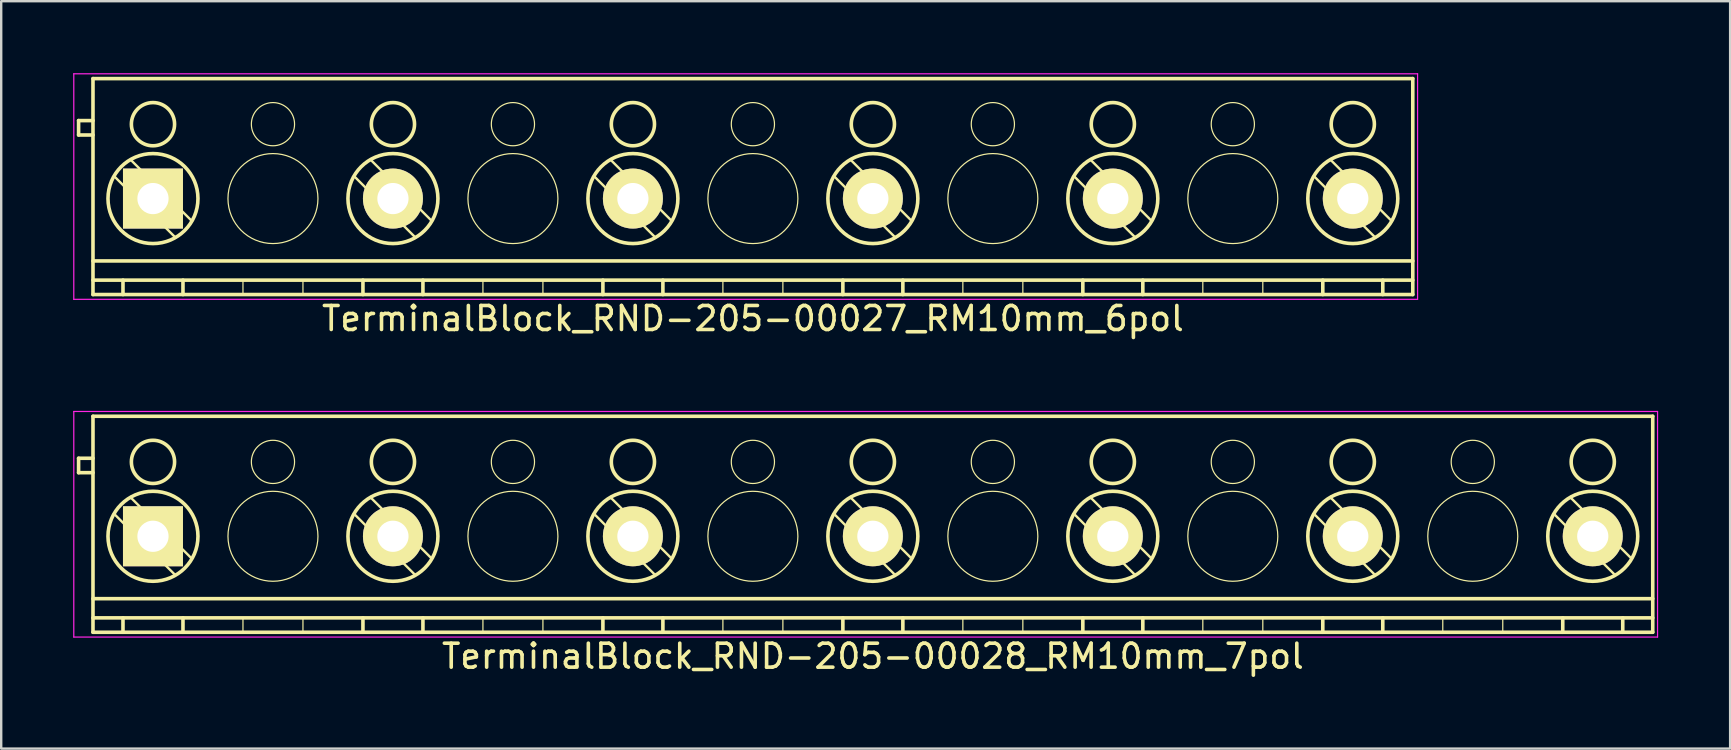
<source format=kicad_pcb>
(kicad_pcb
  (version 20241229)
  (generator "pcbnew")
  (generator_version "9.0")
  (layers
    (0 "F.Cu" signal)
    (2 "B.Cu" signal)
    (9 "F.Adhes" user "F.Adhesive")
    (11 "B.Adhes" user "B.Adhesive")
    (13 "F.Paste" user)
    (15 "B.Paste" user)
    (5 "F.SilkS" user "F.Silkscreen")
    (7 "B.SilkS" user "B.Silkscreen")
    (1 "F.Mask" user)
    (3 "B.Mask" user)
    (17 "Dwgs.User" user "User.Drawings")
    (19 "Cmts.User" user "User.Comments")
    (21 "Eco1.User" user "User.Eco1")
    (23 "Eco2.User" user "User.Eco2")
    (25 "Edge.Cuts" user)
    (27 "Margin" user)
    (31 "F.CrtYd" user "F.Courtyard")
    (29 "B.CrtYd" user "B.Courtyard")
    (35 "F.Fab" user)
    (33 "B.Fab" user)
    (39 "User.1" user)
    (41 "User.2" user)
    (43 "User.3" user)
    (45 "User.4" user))
  (footprint "TerminalBlock_RND-205-00028_RM10mm_7pol"
    (layer "F.Cu")
    (at 3.325 19.298)
    (property "Reference" "TerminalBlock_RND-205-00028_RM10mm_7pol" (at 30 5 0) (layer "F.SilkS") (effects (font (size 1 1) (thickness 0.15))))
    (attr through_hole)
    (fp_line (start -3.1 -3.25) (end -3.1 -2.65) (stroke (width 0.15) (type solid)) (layer "F.SilkS"))
    (fp_line (start -3.1 -2.65) (end -2.5 -2.65) (stroke (width 0.15) (type solid)) (layer "F.SilkS"))
    (fp_line (start -2.5 -5) (end 62.5 -5) (stroke (width 0.15) (type solid)) (layer "F.SilkS"))
    (fp_line (start -2.5 -3.25) (end -3.1 -3.25) (stroke (width 0.15) (type solid)) (layer "F.SilkS"))
    (fp_line (start -2.5 2.6) (end 62.5 2.6) (stroke (width 0.15) (type solid)) (layer "F.SilkS"))
    (fp_line (start -2.5 3.4) (end 62.5 3.4) (stroke (width 0.15) (type solid)) (layer "F.SilkS"))
    (fp_line (start -2.5 4) (end -2.5 -5) (stroke (width 0.15) (type solid)) (layer "F.SilkS"))
    (fp_line (start -1.25 3.4) (end -1.25 4) (stroke (width 0.15) (type solid)) (layer "F.SilkS"))
    (fp_line (start 0.937 1.624) (end -1.624 -0.938) (stroke (width 0.1) (type solid)) (layer "F.SilkS"))
    (fp_line (start 1.25 3.4) (end 1.25 4) (stroke (width 0.15) (type solid)) (layer "F.SilkS"))
    (fp_line (start 1.624 0.938) (end -0.937 -1.624) (stroke (width 0.1) (type solid)) (layer "F.SilkS"))
    (fp_line (start 3.75 3.4) (end 3.75 4) (stroke (width 0.05) (type solid)) (layer "F.SilkS"))
    (fp_line (start 6.25 3.4) (end 6.25 4) (stroke (width 0.05) (type solid)) (layer "F.SilkS"))
    (fp_line (start 8.75 3.4) (end 8.75 4) (stroke (width 0.15) (type solid)) (layer "F.SilkS"))
    (fp_line (start 10.938 1.624) (end 8.376 -0.938) (stroke (width 0.1) (type solid)) (layer "F.SilkS"))
    (fp_line (start 11.25 3.4) (end 11.25 4) (stroke (width 0.15) (type solid)) (layer "F.SilkS"))
    (fp_line (start 11.624 0.938) (end 9.063 -1.624) (stroke (width 0.1) (type solid)) (layer "F.SilkS"))
    (fp_line (start 13.75 3.4) (end 13.75 4) (stroke (width 0.05) (type solid)) (layer "F.SilkS"))
    (fp_line (start 16.25 3.4) (end 16.25 4) (stroke (width 0.05) (type solid)) (layer "F.SilkS"))
    (fp_line (start 18.75 3.4) (end 18.75 4) (stroke (width 0.15) (type solid)) (layer "F.SilkS"))
    (fp_line (start 20.938 1.624) (end 18.376 -0.938) (stroke (width 0.1) (type solid)) (layer "F.SilkS"))
    (fp_line (start 21.25 3.4) (end 21.25 4) (stroke (width 0.15) (type solid)) (layer "F.SilkS"))
    (fp_line (start 21.624 0.938) (end 19.063 -1.624) (stroke (width 0.1) (type solid)) (layer "F.SilkS"))
    (fp_line (start 23.75 3.4) (end 23.75 4) (stroke (width 0.05) (type solid)) (layer "F.SilkS"))
    (fp_line (start 26.25 3.4) (end 26.25 4) (stroke (width 0.05) (type solid)) (layer "F.SilkS"))
    (fp_line (start 28.75 3.4) (end 28.75 4) (stroke (width 0.15) (type solid)) (layer "F.SilkS"))
    (fp_line (start 30.938 1.624) (end 28.376 -0.938) (stroke (width 0.1) (type solid)) (layer "F.SilkS"))
    (fp_line (start 31.25 3.4) (end 31.25 4) (stroke (width 0.15) (type solid)) (layer "F.SilkS"))
    (fp_line (start 31.624 0.938) (end 29.063 -1.624) (stroke (width 0.1) (type solid)) (layer "F.SilkS"))
    (fp_line (start 33.75 3.4) (end 33.75 4) (stroke (width 0.05) (type solid)) (layer "F.SilkS"))
    (fp_line (start 36.25 3.4) (end 36.25 4) (stroke (width 0.05) (type solid)) (layer "F.SilkS"))
    (fp_line (start 38.75 3.4) (end 38.75 4) (stroke (width 0.15) (type solid)) (layer "F.SilkS"))
    (fp_line (start 40.938 1.624) (end 38.376 -0.938) (stroke (width 0.1) (type solid)) (layer "F.SilkS"))
    (fp_line (start 41.25 3.4) (end 41.25 4) (stroke (width 0.15) (type solid)) (layer "F.SilkS"))
    (fp_line (start 41.624 0.938) (end 39.063 -1.624) (stroke (width 0.1) (type solid)) (layer "F.SilkS"))
    (fp_line (start 43.75 3.4) (end 43.75 4) (stroke (width 0.05) (type solid)) (layer "F.SilkS"))
    (fp_line (start 46.25 3.4) (end 46.25 4) (stroke (width 0.05) (type solid)) (layer "F.SilkS"))
    (fp_line (start 48.75 3.4) (end 48.75 4) (stroke (width 0.15) (type solid)) (layer "F.SilkS"))
    (fp_line (start 50.938 1.624) (end 48.376 -0.938) (stroke (width 0.1) (type solid)) (layer "F.SilkS"))
    (fp_line (start 51.25 3.4) (end 51.25 4) (stroke (width 0.15) (type solid)) (layer "F.SilkS"))
    (fp_line (start 51.624 0.938) (end 49.063 -1.624) (stroke (width 0.1) (type solid)) (layer "F.SilkS"))
    (fp_line (start 53.75 3.4) (end 53.75 4) (stroke (width 0.05) (type solid)) (layer "F.SilkS"))
    (fp_line (start 56.25 3.4) (end 56.25 4) (stroke (width 0.05) (type solid)) (layer "F.SilkS"))
    (fp_line (start 58.75 3.4) (end 58.75 4) (stroke (width 0.15) (type solid)) (layer "F.SilkS"))
    (fp_line (start 60.938 1.624) (end 58.376 -0.938) (stroke (width 0.1) (type solid)) (layer "F.SilkS"))
    (fp_line (start 61.25 3.4) (end 61.25 4) (stroke (width 0.15) (type solid)) (layer "F.SilkS"))
    (fp_line (start 61.624 0.938) (end 59.063 -1.624) (stroke (width 0.1) (type solid)) (layer "F.SilkS"))
    (fp_line (start 62.5 -5) (end 62.5 4) (stroke (width 0.15) (type solid)) (layer "F.SilkS"))
    (fp_line (start 62.5 4) (end -2.5 4) (stroke (width 0.15) (type solid)) (layer "F.SilkS"))
    (fp_circle (center 0 -3.1) (end -0.9 -3.1) (stroke (width 0.15) (type solid)) (fill no) (layer "F.SilkS"))
    (fp_circle (center 0 0) (end -1.875 0) (stroke (width 0.15) (type solid)) (fill no) (layer "F.SilkS"))
    (fp_circle (center 5 -3.1) (end 4.1 -3.1) (stroke (width 0.05) (type solid)) (fill no) (layer "F.SilkS"))
    (fp_circle (center 5 0) (end 3.125 0) (stroke (width 0.05) (type solid)) (fill no) (layer "F.SilkS"))
    (fp_circle (center 10 -3.1) (end 9.1 -3.1) (stroke (width 0.15) (type solid)) (fill no) (layer "F.SilkS"))
    (fp_circle (center 10 0) (end 8.125 0) (stroke (width 0.15) (type solid)) (fill no) (layer "F.SilkS"))
    (fp_circle (center 15 -3.1) (end 14.1 -3.1) (stroke (width 0.05) (type solid)) (fill no) (layer "F.SilkS"))
    (fp_circle (center 15 0) (end 13.125 0) (stroke (width 0.05) (type solid)) (fill no) (layer "F.SilkS"))
    (fp_circle (center 20 -3.1) (end 19.1 -3.1) (stroke (width 0.15) (type solid)) (fill no) (layer "F.SilkS"))
    (fp_circle (center 20 0) (end 18.125 0) (stroke (width 0.15) (type solid)) (fill no) (layer "F.SilkS"))
    (fp_circle (center 25 -3.1) (end 24.1 -3.1) (stroke (width 0.05) (type solid)) (fill no) (layer "F.SilkS"))
    (fp_circle (center 25 0) (end 23.125 0) (stroke (width 0.05) (type solid)) (fill no) (layer "F.SilkS"))
    (fp_circle (center 30 -3.1) (end 29.1 -3.1) (stroke (width 0.15) (type solid)) (fill no) (layer "F.SilkS"))
    (fp_circle (center 30 0) (end 28.125 0) (stroke (width 0.15) (type solid)) (fill no) (layer "F.SilkS"))
    (fp_circle (center 35 -3.1) (end 34.1 -3.1) (stroke (width 0.05) (type solid)) (fill no) (layer "F.SilkS"))
    (fp_circle (center 35 0) (end 33.125 0) (stroke (width 0.05) (type solid)) (fill no) (layer "F.SilkS"))
    (fp_circle (center 40 -3.1) (end 39.1 -3.1) (stroke (width 0.15) (type solid)) (fill no) (layer "F.SilkS"))
    (fp_circle (center 40 0) (end 38.125 0) (stroke (width 0.15) (type solid)) (fill no) (layer "F.SilkS"))
    (fp_circle (center 45 -3.1) (end 44.1 -3.1) (stroke (width 0.05) (type solid)) (fill no) (layer "F.SilkS"))
    (fp_circle (center 45 0) (end 43.125 0) (stroke (width 0.05) (type solid)) (fill no) (layer "F.SilkS"))
    (fp_circle (center 50 -3.1) (end 49.1 -3.1) (stroke (width 0.15) (type solid)) (fill no) (layer "F.SilkS"))
    (fp_circle (center 50 0) (end 48.125 0) (stroke (width 0.15) (type solid)) (fill no) (layer "F.SilkS"))
    (fp_circle (center 55 -3.1) (end 54.1 -3.1) (stroke (width 0.05) (type solid)) (fill no) (layer "F.SilkS"))
    (fp_circle (center 55 0) (end 53.125 0) (stroke (width 0.05) (type solid)) (fill no) (layer "F.SilkS"))
    (fp_circle (center 60 -3.1) (end 59.1 -3.1) (stroke (width 0.15) (type solid)) (fill no) (layer "F.SilkS"))
    (fp_circle (center 60 0) (end 58.125 0) (stroke (width 0.15) (type solid)) (fill no) (layer "F.SilkS"))
    (fp_line (start -3.3 -5.2) (end 62.7 -5.2) (stroke (width 0.05) (type solid)) (layer "F.CrtYd"))
    (fp_line (start -3.3 4.2) (end -3.3 -5.2) (stroke (width 0.05) (type solid)) (layer "F.CrtYd"))
    (fp_line (start 62.7 -5.2) (end 62.7 4.2) (stroke (width 0.05) (type solid)) (layer "F.CrtYd"))
    (fp_line (start 62.7 4.2) (end -3.3 4.2) (stroke (width 0.05) (type solid)) (layer "F.CrtYd"))
    (pad "1" thru_hole rect (at 0 0) (size 2.5 2.5) (drill 1.3) (layers "*.Cu" "*.Mask" "F.SilkS"))
    (pad "2" thru_hole circle (at 10 0) (size 2.5 2.5) (drill 1.3) (layers "*.Cu" "*.Mask" "F.SilkS"))
    (pad "3" thru_hole circle (at 20 0) (size 2.5 2.5) (drill 1.3) (layers "*.Cu" "*.Mask" "F.SilkS"))
    (pad "4" thru_hole circle (at 30 0) (size 2.5 2.5) (drill 1.3) (layers "*.Cu" "*.Mask" "F.SilkS"))
    (pad "5" thru_hole circle (at 40 0) (size 2.5 2.5) (drill 1.3) (layers "*.Cu" "*.Mask" "F.SilkS"))
    (pad "6" thru_hole circle (at 50 0) (size 2.5 2.5) (drill 1.3) (layers "*.Cu" "*.Mask" "F.SilkS"))
    (pad "7" thru_hole circle (at 60 0) (size 2.5 2.5) (drill 1.3) (layers "*.Cu" "*.Mask" "F.SilkS")))
  (footprint "TerminalBlock_RND-205-00027_RM10mm_6pol"
    (layer "F.Cu")
    (at 3.325 5.225)
    (property "Reference" "TerminalBlock_RND-205-00027_RM10mm_6pol" (at 25 5 0) (layer "F.SilkS") (effects (font (size 1 1) (thickness 0.15))))
    (attr through_hole)
    (fp_line (start -3.1 -3.25) (end -3.1 -2.65) (stroke (width 0.15) (type solid)) (layer "F.SilkS"))
    (fp_line (start -3.1 -2.65) (end -2.5 -2.65) (stroke (width 0.15) (type solid)) (layer "F.SilkS"))
    (fp_line (start -2.5 -5) (end 52.5 -5) (stroke (width 0.15) (type solid)) (layer "F.SilkS"))
    (fp_line (start -2.5 -3.25) (end -3.1 -3.25) (stroke (width 0.15) (type solid)) (layer "F.SilkS"))
    (fp_line (start -2.5 2.6) (end 52.5 2.6) (stroke (width 0.15) (type solid)) (layer "F.SilkS"))
    (fp_line (start -2.5 3.4) (end 52.5 3.4) (stroke (width 0.15) (type solid)) (layer "F.SilkS"))
    (fp_line (start -2.5 4) (end -2.5 -5) (stroke (width 0.15) (type solid)) (layer "F.SilkS"))
    (fp_line (start -1.25 3.4) (end -1.25 4) (stroke (width 0.15) (type solid)) (layer "F.SilkS"))
    (fp_line (start 0.937 1.624) (end -1.624 -0.938) (stroke (width 0.1) (type solid)) (layer "F.SilkS"))
    (fp_line (start 1.25 3.4) (end 1.25 4) (stroke (width 0.15) (type solid)) (layer "F.SilkS"))
    (fp_line (start 1.624 0.938) (end -0.937 -1.624) (stroke (width 0.1) (type solid)) (layer "F.SilkS"))
    (fp_line (start 3.75 3.4) (end 3.75 4) (stroke (width 0.05) (type solid)) (layer "F.SilkS"))
    (fp_line (start 6.25 3.4) (end 6.25 4) (stroke (width 0.05) (type solid)) (layer "F.SilkS"))
    (fp_line (start 8.75 3.4) (end 8.75 4) (stroke (width 0.15) (type solid)) (layer "F.SilkS"))
    (fp_line (start 10.938 1.624) (end 8.376 -0.938) (stroke (width 0.1) (type solid)) (layer "F.SilkS"))
    (fp_line (start 11.25 3.4) (end 11.25 4) (stroke (width 0.15) (type solid)) (layer "F.SilkS"))
    (fp_line (start 11.624 0.938) (end 9.063 -1.624) (stroke (width 0.1) (type solid)) (layer "F.SilkS"))
    (fp_line (start 13.75 3.4) (end 13.75 4) (stroke (width 0.05) (type solid)) (layer "F.SilkS"))
    (fp_line (start 16.25 3.4) (end 16.25 4) (stroke (width 0.05) (type solid)) (layer "F.SilkS"))
    (fp_line (start 18.75 3.4) (end 18.75 4) (stroke (width 0.15) (type solid)) (layer "F.SilkS"))
    (fp_line (start 20.938 1.624) (end 18.376 -0.938) (stroke (width 0.1) (type solid)) (layer "F.SilkS"))
    (fp_line (start 21.25 3.4) (end 21.25 4) (stroke (width 0.15) (type solid)) (layer "F.SilkS"))
    (fp_line (start 21.624 0.938) (end 19.063 -1.624) (stroke (width 0.1) (type solid)) (layer "F.SilkS"))
    (fp_line (start 23.75 3.4) (end 23.75 4) (stroke (width 0.05) (type solid)) (layer "F.SilkS"))
    (fp_line (start 26.25 3.4) (end 26.25 4) (stroke (width 0.05) (type solid)) (layer "F.SilkS"))
    (fp_line (start 28.75 3.4) (end 28.75 4) (stroke (width 0.15) (type solid)) (layer "F.SilkS"))
    (fp_line (start 30.938 1.624) (end 28.376 -0.938) (stroke (width 0.1) (type solid)) (layer "F.SilkS"))
    (fp_line (start 31.25 3.4) (end 31.25 4) (stroke (width 0.15) (type solid)) (layer "F.SilkS"))
    (fp_line (start 31.624 0.938) (end 29.063 -1.624) (stroke (width 0.1) (type solid)) (layer "F.SilkS"))
    (fp_line (start 33.75 3.4) (end 33.75 4) (stroke (width 0.05) (type solid)) (layer "F.SilkS"))
    (fp_line (start 36.25 3.4) (end 36.25 4) (stroke (width 0.05) (type solid)) (layer "F.SilkS"))
    (fp_line (start 38.75 3.4) (end 38.75 4) (stroke (width 0.15) (type solid)) (layer "F.SilkS"))
    (fp_line (start 40.938 1.624) (end 38.376 -0.938) (stroke (width 0.1) (type solid)) (layer "F.SilkS"))
    (fp_line (start 41.25 3.4) (end 41.25 4) (stroke (width 0.15) (type solid)) (layer "F.SilkS"))
    (fp_line (start 41.624 0.938) (end 39.063 -1.624) (stroke (width 0.1) (type solid)) (layer "F.SilkS"))
    (fp_line (start 43.75 3.4) (end 43.75 4) (stroke (width 0.05) (type solid)) (layer "F.SilkS"))
    (fp_line (start 46.25 3.4) (end 46.25 4) (stroke (width 0.05) (type solid)) (layer "F.SilkS"))
    (fp_line (start 48.75 3.4) (end 48.75 4) (stroke (width 0.15) (type solid)) (layer "F.SilkS"))
    (fp_line (start 50.938 1.624) (end 48.376 -0.938) (stroke (width 0.1) (type solid)) (layer "F.SilkS"))
    (fp_line (start 51.25 3.4) (end 51.25 4) (stroke (width 0.15) (type solid)) (layer "F.SilkS"))
    (fp_line (start 51.624 0.938) (end 49.063 -1.624) (stroke (width 0.1) (type solid)) (layer "F.SilkS"))
    (fp_line (start 52.5 -5) (end 52.5 4) (stroke (width 0.15) (type solid)) (layer "F.SilkS"))
    (fp_line (start 52.5 4) (end -2.5 4) (stroke (width 0.15) (type solid)) (layer "F.SilkS"))
    (fp_circle (center 0 -3.1) (end -0.9 -3.1) (stroke (width 0.15) (type solid)) (fill no) (layer "F.SilkS"))
    (fp_circle (center 0 0) (end -1.875 0) (stroke (width 0.15) (type solid)) (fill no) (layer "F.SilkS"))
    (fp_circle (center 5 -3.1) (end 4.1 -3.1) (stroke (width 0.05) (type solid)) (fill no) (layer "F.SilkS"))
    (fp_circle (center 5 0) (end 3.125 0) (stroke (width 0.05) (type solid)) (fill no) (layer "F.SilkS"))
    (fp_circle (center 10 -3.1) (end 9.1 -3.1) (stroke (width 0.15) (type solid)) (fill no) (layer "F.SilkS"))
    (fp_circle (center 10 0) (end 8.125 0) (stroke (width 0.15) (type solid)) (fill no) (layer "F.SilkS"))
    (fp_circle (center 15 -3.1) (end 14.1 -3.1) (stroke (width 0.05) (type solid)) (fill no) (layer "F.SilkS"))
    (fp_circle (center 15 0) (end 13.125 0) (stroke (width 0.05) (type solid)) (fill no) (layer "F.SilkS"))
    (fp_circle (center 20 -3.1) (end 19.1 -3.1) (stroke (width 0.15) (type solid)) (fill no) (layer "F.SilkS"))
    (fp_circle (center 20 0) (end 18.125 0) (stroke (width 0.15) (type solid)) (fill no) (layer "F.SilkS"))
    (fp_circle (center 25 -3.1) (end 24.1 -3.1) (stroke (width 0.05) (type solid)) (fill no) (layer "F.SilkS"))
    (fp_circle (center 25 0) (end 23.125 0) (stroke (width 0.05) (type solid)) (fill no) (layer "F.SilkS"))
    (fp_circle (center 30 -3.1) (end 29.1 -3.1) (stroke (width 0.15) (type solid)) (fill no) (layer "F.SilkS"))
    (fp_circle (center 30 0) (end 28.125 0) (stroke (width 0.15) (type solid)) (fill no) (layer "F.SilkS"))
    (fp_circle (center 35 -3.1) (end 34.1 -3.1) (stroke (width 0.05) (type solid)) (fill no) (layer "F.SilkS"))
    (fp_circle (center 35 0) (end 33.125 0) (stroke (width 0.05) (type solid)) (fill no) (layer "F.SilkS"))
    (fp_circle (center 40 -3.1) (end 39.1 -3.1) (stroke (width 0.15) (type solid)) (fill no) (layer "F.SilkS"))
    (fp_circle (center 40 0) (end 38.125 0) (stroke (width 0.15) (type solid)) (fill no) (layer "F.SilkS"))
    (fp_circle (center 45 -3.1) (end 44.1 -3.1) (stroke (width 0.05) (type solid)) (fill no) (layer "F.SilkS"))
    (fp_circle (center 45 0) (end 43.125 0) (stroke (width 0.05) (type solid)) (fill no) (layer "F.SilkS"))
    (fp_circle (center 50 -3.1) (end 49.1 -3.1) (stroke (width 0.15) (type solid)) (fill no) (layer "F.SilkS"))
    (fp_circle (center 50 0) (end 48.125 0) (stroke (width 0.15) (type solid)) (fill no) (layer "F.SilkS"))
    (fp_line (start -3.3 -5.2) (end 52.7 -5.2) (stroke (width 0.05) (type solid)) (layer "F.CrtYd"))
    (fp_line (start -3.3 4.2) (end -3.3 -5.2) (stroke (width 0.05) (type solid)) (layer "F.CrtYd"))
    (fp_line (start 52.7 -5.2) (end 52.7 4.2) (stroke (width 0.05) (type solid)) (layer "F.CrtYd"))
    (fp_line (start 52.7 4.2) (end -3.3 4.2) (stroke (width 0.05) (type solid)) (layer "F.CrtYd"))
    (pad "1" thru_hole rect (at 0 0) (size 2.5 2.5) (drill 1.3) (layers "*.Cu" "*.Mask" "F.SilkS"))
    (pad "2" thru_hole circle (at 10 0) (size 2.5 2.5) (drill 1.3) (layers "*.Cu" "*.Mask" "F.SilkS"))
    (pad "3" thru_hole circle (at 20 0) (size 2.5 2.5) (drill 1.3) (layers "*.Cu" "*.Mask" "F.SilkS"))
    (pad "4" thru_hole circle (at 30 0) (size 2.5 2.5) (drill 1.3) (layers "*.Cu" "*.Mask" "F.SilkS"))
    (pad "5" thru_hole circle (at 40 0) (size 2.5 2.5) (drill 1.3) (layers "*.Cu" "*.Mask" "F.SilkS"))
    (pad "6" thru_hole circle (at 50 0) (size 2.5 2.5) (drill 1.3) (layers "*.Cu" "*.Mask" "F.SilkS")))
  (gr_rect
    (start -3 -3)
    (end 69.05 28.146)
    (stroke (width 0.1) (type default))
    (fill no)
    (layer "Edge.Cuts")))
</source>
